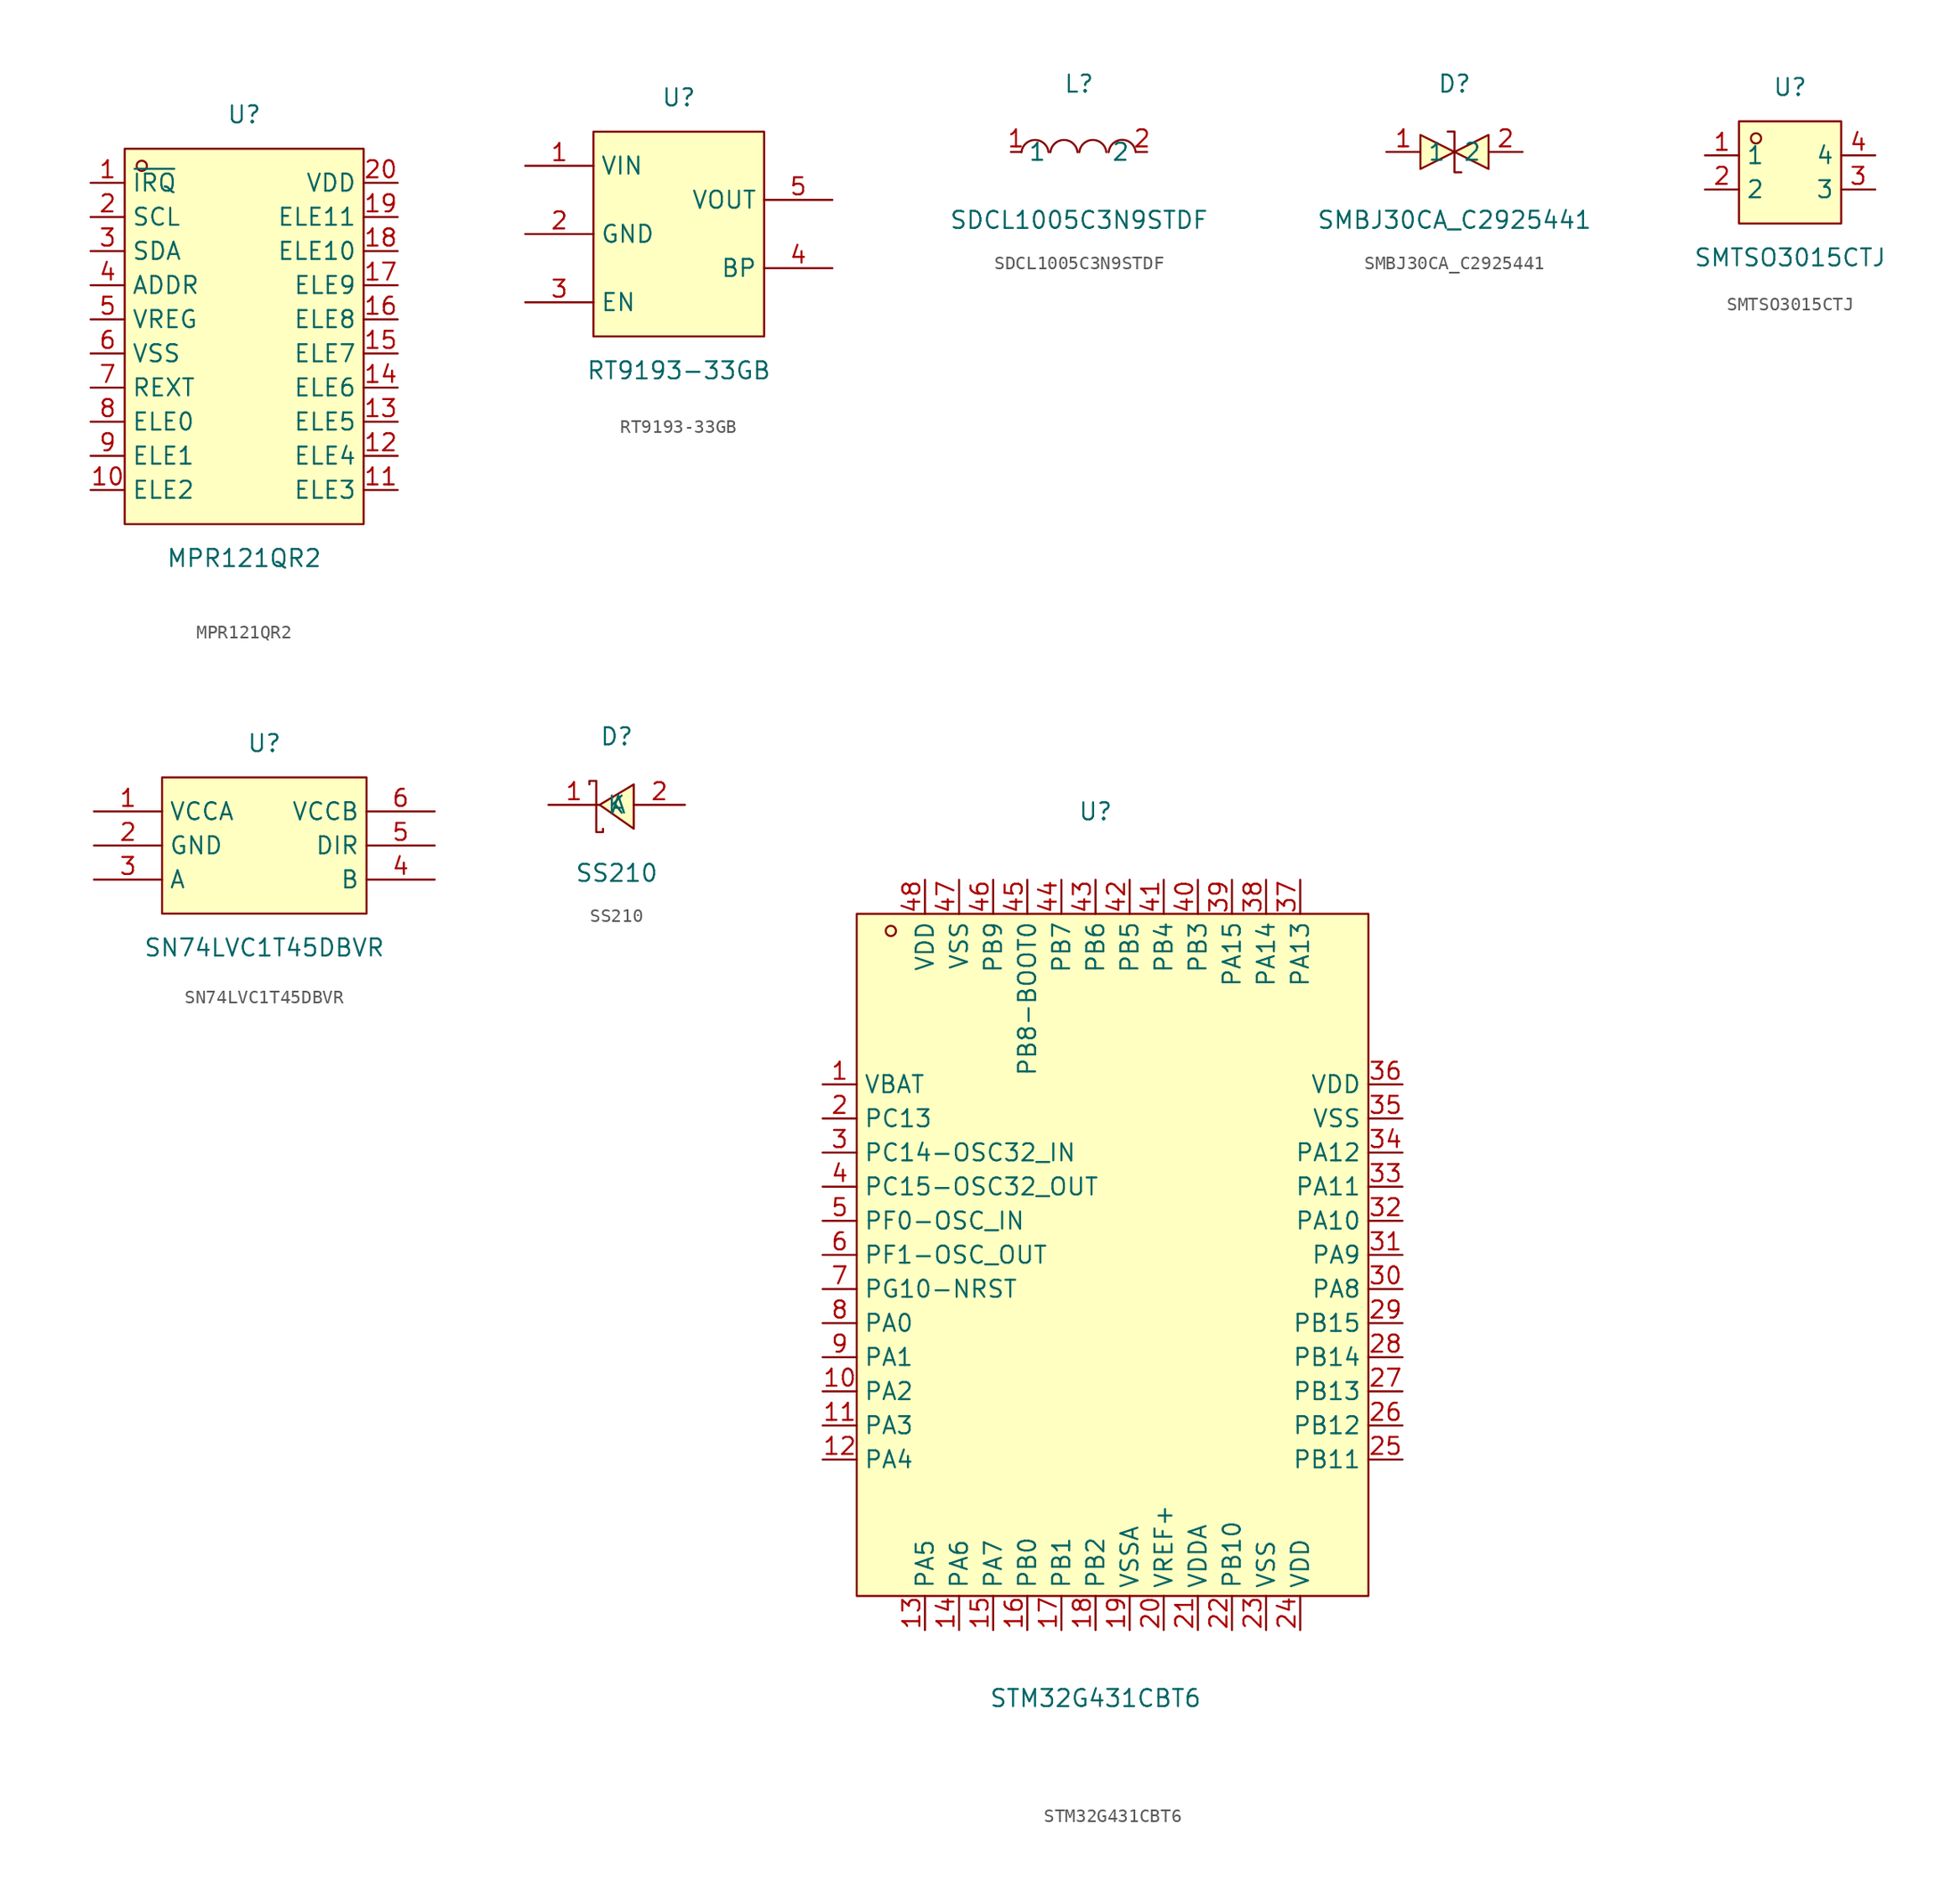
<source format=kicad_sym>
(kicad_symbol_lib
  (version 20231120)
  (generator "kicad_symbol_editor")
  (generator_version "8.0")
  (symbol "MPR121QR2"
    (property "Reference" "U"
      (at 0 16.51 0)
      (effects (font (size 1.27 1.27))))
    (property "Value" "MPR121QR2"
      (at 0 -16.51 0)
      (effects (font (size 1.27 1.27))))
    (symbol "MPR121QR2_0_1"
      (rectangle (start -8.89 13.97) (end 8.89 -13.97) (stroke (width 0) (type default)) (fill (type background)))
      (circle (center -7.62 12.7) (radius 0.38) (stroke (width 0) (type default)) (fill (type none)))
      (pin unspecified line (at -11.43 11.43 0) (length 2.54) (name "~{IRQ}" (effects (font (size 1.27 1.27)))) (number "1" (effects (font (size 1.27 1.27)))))
      (pin unspecified line (at -11.43 -11.43 0) (length 2.54) (name "ELE2" (effects (font (size 1.27 1.27)))) (number "10" (effects (font (size 1.27 1.27)))))
      (pin unspecified line (at 11.43 -11.43 180) (length 2.54) (name "ELE3" (effects (font (size 1.27 1.27)))) (number "11" (effects (font (size 1.27 1.27)))))
      (pin unspecified line (at 11.43 -8.89 180) (length 2.54) (name "ELE4" (effects (font (size 1.27 1.27)))) (number "12" (effects (font (size 1.27 1.27)))))
      (pin unspecified line (at 11.43 -6.35 180) (length 2.54) (name "ELE5" (effects (font (size 1.27 1.27)))) (number "13" (effects (font (size 1.27 1.27)))))
      (pin unspecified line (at 11.43 -3.81 180) (length 2.54) (name "ELE6" (effects (font (size 1.27 1.27)))) (number "14" (effects (font (size 1.27 1.27)))))
      (pin unspecified line (at 11.43 -1.27 180) (length 2.54) (name "ELE7" (effects (font (size 1.27 1.27)))) (number "15" (effects (font (size 1.27 1.27)))))
      (pin unspecified line (at 11.43 1.27 180) (length 2.54) (name "ELE8" (effects (font (size 1.27 1.27)))) (number "16" (effects (font (size 1.27 1.27)))))
      (pin unspecified line (at 11.43 3.81 180) (length 2.54) (name "ELE9" (effects (font (size 1.27 1.27)))) (number "17" (effects (font (size 1.27 1.27)))))
      (pin unspecified line (at 11.43 6.35 180) (length 2.54) (name "ELE10" (effects (font (size 1.27 1.27)))) (number "18" (effects (font (size 1.27 1.27)))))
      (pin unspecified line (at 11.43 8.89 180) (length 2.54) (name "ELE11" (effects (font (size 1.27 1.27)))) (number "19" (effects (font (size 1.27 1.27)))))
      (pin unspecified line (at -11.43 8.89 0) (length 2.54) (name "SCL" (effects (font (size 1.27 1.27)))) (number "2" (effects (font (size 1.27 1.27)))))
      (pin unspecified line (at 11.43 11.43 180) (length 2.54) (name "VDD" (effects (font (size 1.27 1.27)))) (number "20" (effects (font (size 1.27 1.27)))))
      (pin unspecified line (at -11.43 6.35 0) (length 2.54) (name "SDA" (effects (font (size 1.27 1.27)))) (number "3" (effects (font (size 1.27 1.27)))))
      (pin unspecified line (at -11.43 3.81 0) (length 2.54) (name "ADDR" (effects (font (size 1.27 1.27)))) (number "4" (effects (font (size 1.27 1.27)))))
      (pin unspecified line (at -11.43 1.27 0) (length 2.54) (name "VREG" (effects (font (size 1.27 1.27)))) (number "5" (effects (font (size 1.27 1.27)))))
      (pin unspecified line (at -11.43 -1.27 0) (length 2.54) (name "VSS" (effects (font (size 1.27 1.27)))) (number "6" (effects (font (size 1.27 1.27)))))
      (pin unspecified line (at -11.43 -3.81 0) (length 2.54) (name "REXT" (effects (font (size 1.27 1.27)))) (number "7" (effects (font (size 1.27 1.27)))))
      (pin unspecified line (at -11.43 -6.35 0) (length 2.54) (name "ELE0" (effects (font (size 1.27 1.27)))) (number "8" (effects (font (size 1.27 1.27)))))
      (pin unspecified line (at -11.43 -8.89 0) (length 2.54) (name "ELE1" (effects (font (size 1.27 1.27)))) (number "9" (effects (font (size 1.27 1.27)))))))
  (symbol "RT9193-33GB"
    (property "Reference" "U"
      (at 0 10.16 0)
      (effects (font (size 1.27 1.27))))
    (property "Value" "RT9193-33GB"
      (at 0 -10.16 0)
      (effects (font (size 1.27 1.27))))
    (symbol "RT9193-33GB_0_1"
      (rectangle (start -6.35 7.62) (end 6.35 -7.62) (stroke (width 0) (type default)) (fill (type background)))
      (pin unspecified line (at -11.43 5.08 0) (length 5.08) (name "VIN" (effects (font (size 1.27 1.27)))) (number "1" (effects (font (size 1.27 1.27)))))
      (pin unspecified line (at -11.43 0 0) (length 5.08) (name "GND" (effects (font (size 1.27 1.27)))) (number "2" (effects (font (size 1.27 1.27)))))
      (pin unspecified line (at -11.43 -5.08 0) (length 5.08) (name "EN" (effects (font (size 1.27 1.27)))) (number "3" (effects (font (size 1.27 1.27)))))
      (pin unspecified line (at 11.43 -2.54 180) (length 5.08) (name "BP" (effects (font (size 1.27 1.27)))) (number "4" (effects (font (size 1.27 1.27)))))
      (pin unspecified line (at 11.43 2.54 180) (length 5.08) (name "VOUT" (effects (font (size 1.27 1.27)))) (number "5" (effects (font (size 1.27 1.27)))))))
  (symbol "SDCL1005C3N9STDF"
    (property "Reference" "L"
      (at 0 5.08 0)
      (effects (font (size 1.27 1.27))))
    (property "Value" "SDCL1005C3N9STDF"
      (at 0 -5.08 0)
      (effects (font (size 1.27 1.27))))
    (symbol "SDCL1005C3N9STDF_0_1"
      (arc (start -2.27 -0.02) (mid -3.28 0.897) (end -4.29 -0.02) (stroke (width 0) (type default)) (fill (type none)))
      (arc (start -0.11 -0.02) (mid -1.12 0.897) (end -2.13 -0.02) (stroke (width 0) (type default)) (fill (type none)))
      (arc (start 2.04 -0.02) (mid 1.03 0.897) (end 0.02 -0.02) (stroke (width 0) (type default)) (fill (type none)))
      (arc (start 4.23 -0.02) (mid 3.22 0.9048) (end 2.21 -0.02) (stroke (width 0) (type default)) (fill (type none)))
      (pin unspecified line (at -5.08 0 0) (length 0.762) (name "1" (effects (font (size 1.27 1.27)))) (number "1" (effects (font (size 1.27 1.27)))))
      (pin unspecified line (at 5.08 0 180) (length 0.762) (name "2" (effects (font (size 1.27 1.27)))) (number "2" (effects (font (size 1.27 1.27)))))))
  (symbol "SMBJ30CA_C2925441"
    (property "Reference" "D"
      (at 0 5.08 0)
      (effects (font (size 1.27 1.27))))
    (property "Value" "SMBJ30CA_C2925441"
      (at 0 -5.08 0)
      (effects (font (size 1.27 1.27))))
    (symbol "SMBJ30CA_C2925441_0_1"
      (polyline (pts (xy -2.54 1.27) (xy 0 0) (xy -2.54 -1.27) (xy -2.54 1.27)) (stroke (width 0) (type default)) (fill (type background)))
      (polyline (pts (xy 2.54 1.27) (xy 0 0) (xy 2.54 -1.27) (xy 2.54 1.27)) (stroke (width 0) (type default)) (fill (type background)))
      (polyline (pts (xy -0.51 1.52) (xy -0.51 1.52) (xy 0 1.52) (xy 0 -1.52) (xy 0.51 -1.52) (xy 0.51 -1.52)) (stroke (width 0) (type default)) (fill (type none)))
      (pin unspecified line (at -5.08 0 0) (length 2.54) (name "1" (effects (font (size 1.27 1.27)))) (number "1" (effects (font (size 1.27 1.27)))))
      (pin unspecified line (at 5.08 0 180) (length 2.54) (name "2" (effects (font (size 1.27 1.27)))) (number "2" (effects (font (size 1.27 1.27)))))))
  (symbol "SMTSO3015CTJ"
    (property "Reference" "U"
      (at 0 6.35 0)
      (effects (font (size 1.27 1.27))))
    (property "Value" "SMTSO3015CTJ"
      (at 0 -6.35 0)
      (effects (font (size 1.27 1.27))))
    (symbol "SMTSO3015CTJ_0_1"
      (rectangle (start -3.81 3.81) (end 3.81 -3.81) (stroke (width 0) (type default)) (fill (type background)))
      (circle (center -2.54 2.54) (radius 0.38) (stroke (width 0) (type default)) (fill (type none)))
      (pin unspecified line (at -6.35 1.27 0) (length 2.54) (name "1" (effects (font (size 1.27 1.27)))) (number "1" (effects (font (size 1.27 1.27)))))
      (pin unspecified line (at -6.35 -1.27 0) (length 2.54) (name "2" (effects (font (size 1.27 1.27)))) (number "2" (effects (font (size 1.27 1.27)))))
      (pin unspecified line (at 6.35 -1.27 180) (length 2.54) (name "3" (effects (font (size 1.27 1.27)))) (number "3" (effects (font (size 1.27 1.27)))))
      (pin unspecified line (at 6.35 1.27 180) (length 2.54) (name "4" (effects (font (size 1.27 1.27)))) (number "4" (effects (font (size 1.27 1.27)))))))
  (symbol "SN74LVC1T45DBVR"
    (property "Reference" "U"
      (at 0 7.62 0)
      (effects (font (size 1.27 1.27))))
    (property "Value" "SN74LVC1T45DBVR"
      (at 0 -7.62 0)
      (effects (font (size 1.27 1.27))))
    (symbol "SN74LVC1T45DBVR_0_1"
      (rectangle (start -7.62 5.08) (end 7.62 -5.08) (stroke (width 0) (type default)) (fill (type background)))
      (pin unspecified line (at -12.7 2.54 0) (length 5.08) (name "VCCA" (effects (font (size 1.27 1.27)))) (number "1" (effects (font (size 1.27 1.27)))))
      (pin unspecified line (at -12.7 0 0) (length 5.08) (name "GND" (effects (font (size 1.27 1.27)))) (number "2" (effects (font (size 1.27 1.27)))))
      (pin unspecified line (at -12.7 -2.54 0) (length 5.08) (name "A" (effects (font (size 1.27 1.27)))) (number "3" (effects (font (size 1.27 1.27)))))
      (pin unspecified line (at 12.7 -2.54 180) (length 5.08) (name "B" (effects (font (size 1.27 1.27)))) (number "4" (effects (font (size 1.27 1.27)))))
      (pin unspecified line (at 12.7 0 180) (length 5.08) (name "DIR" (effects (font (size 1.27 1.27)))) (number "5" (effects (font (size 1.27 1.27)))))
      (pin unspecified line (at 12.7 2.54 180) (length 5.08) (name "VCCB" (effects (font (size 1.27 1.27)))) (number "6" (effects (font (size 1.27 1.27)))))))
  (symbol "SS210"
    (property "Reference" "D"
      (at 0 5.08 0)
      (effects (font (size 1.27 1.27))))
    (property "Value" "SS210"
      (at 0 -5.08 0)
      (effects (font (size 1.27 1.27))))
    (symbol "SS210_0_1"
      (polyline (pts (xy 1.27 1.52) (xy -1.27 0) (xy 1.27 -1.78) (xy 1.27 1.52)) (stroke (width 0) (type default)) (fill (type background)))
      (polyline (pts (xy -2.03 1.52) (xy -2.03 1.78) (xy -1.52 1.78) (xy -1.52 -2.03) (xy -1.02 -2.03) (xy -1.02 -1.78)) (stroke (width 0) (type default)) (fill (type none)))
      (pin unspecified line (at -5.08 0 0) (length 3.81) (name "K" (effects (font (size 1.27 1.27)))) (number "1" (effects (font (size 1.27 1.27)))))
      (pin unspecified line (at 5.08 0 180) (length 3.81) (name "A" (effects (font (size 1.27 1.27)))) (number "2" (effects (font (size 1.27 1.27)))))))
  (symbol "STM32G431CBT6"
    (property "Reference" "U"
      (at 0 33.02 0)
      (effects (font (size 1.27 1.27))))
    (property "Value" "STM32G431CBT6"
      (at 0 -33.02 0)
      (effects (font (size 1.27 1.27))))
    (symbol "STM32G431CBT6_0_1"
      (rectangle (start -17.78 25.4) (end 20.32 -25.4) (stroke (width 0) (type default)) (fill (type background)))
      (circle (center -15.24 24.13) (radius 0.38) (stroke (width 0) (type default)) (fill (type none)))
      (pin unspecified line (at -20.32 12.7 0) (length 2.54) (name "VBAT" (effects (font (size 1.27 1.27)))) (number "1" (effects (font (size 1.27 1.27)))))
      (pin unspecified line (at -20.32 -10.16 0) (length 2.54) (name "PA2" (effects (font (size 1.27 1.27)))) (number "10" (effects (font (size 1.27 1.27)))))
      (pin unspecified line (at -20.32 -12.7 0) (length 2.54) (name "PA3" (effects (font (size 1.27 1.27)))) (number "11" (effects (font (size 1.27 1.27)))))
      (pin unspecified line (at -20.32 -15.24 0) (length 2.54) (name "PA4" (effects (font (size 1.27 1.27)))) (number "12" (effects (font (size 1.27 1.27)))))
      (pin unspecified line (at -12.7 -27.94 90) (length 2.54) (name "PA5" (effects (font (size 1.27 1.27)))) (number "13" (effects (font (size 1.27 1.27)))))
      (pin unspecified line (at -10.16 -27.94 90) (length 2.54) (name "PA6" (effects (font (size 1.27 1.27)))) (number "14" (effects (font (size 1.27 1.27)))))
      (pin unspecified line (at -7.62 -27.94 90) (length 2.54) (name "PA7" (effects (font (size 1.27 1.27)))) (number "15" (effects (font (size 1.27 1.27)))))
      (pin unspecified line (at -5.08 -27.94 90) (length 2.54) (name "PB0" (effects (font (size 1.27 1.27)))) (number "16" (effects (font (size 1.27 1.27)))))
      (pin unspecified line (at -2.54 -27.94 90) (length 2.54) (name "PB1" (effects (font (size 1.27 1.27)))) (number "17" (effects (font (size 1.27 1.27)))))
      (pin unspecified line (at 0 -27.94 90) (length 2.54) (name "PB2" (effects (font (size 1.27 1.27)))) (number "18" (effects (font (size 1.27 1.27)))))
      (pin unspecified line (at 2.54 -27.94 90) (length 2.54) (name "VSSA" (effects (font (size 1.27 1.27)))) (number "19" (effects (font (size 1.27 1.27)))))
      (pin unspecified line (at -20.32 10.16 0) (length 2.54) (name "PC13" (effects (font (size 1.27 1.27)))) (number "2" (effects (font (size 1.27 1.27)))))
      (pin unspecified line (at 5.08 -27.94 90) (length 2.54) (name "VREF+" (effects (font (size 1.27 1.27)))) (number "20" (effects (font (size 1.27 1.27)))))
      (pin unspecified line (at 7.62 -27.94 90) (length 2.54) (name "VDDA" (effects (font (size 1.27 1.27)))) (number "21" (effects (font (size 1.27 1.27)))))
      (pin unspecified line (at 10.16 -27.94 90) (length 2.54) (name "PB10" (effects (font (size 1.27 1.27)))) (number "22" (effects (font (size 1.27 1.27)))))
      (pin unspecified line (at 12.7 -27.94 90) (length 2.54) (name "VSS" (effects (font (size 1.27 1.27)))) (number "23" (effects (font (size 1.27 1.27)))))
      (pin unspecified line (at 15.24 -27.94 90) (length 2.54) (name "VDD" (effects (font (size 1.27 1.27)))) (number "24" (effects (font (size 1.27 1.27)))))
      (pin unspecified line (at 22.86 -15.24 180) (length 2.54) (name "PB11" (effects (font (size 1.27 1.27)))) (number "25" (effects (font (size 1.27 1.27)))))
      (pin unspecified line (at 22.86 -12.7 180) (length 2.54) (name "PB12" (effects (font (size 1.27 1.27)))) (number "26" (effects (font (size 1.27 1.27)))))
      (pin unspecified line (at 22.86 -10.16 180) (length 2.54) (name "PB13" (effects (font (size 1.27 1.27)))) (number "27" (effects (font (size 1.27 1.27)))))
      (pin unspecified line (at 22.86 -7.62 180) (length 2.54) (name "PB14" (effects (font (size 1.27 1.27)))) (number "28" (effects (font (size 1.27 1.27)))))
      (pin unspecified line (at 22.86 -5.08 180) (length 2.54) (name "PB15" (effects (font (size 1.27 1.27)))) (number "29" (effects (font (size 1.27 1.27)))))
      (pin unspecified line (at -20.32 7.62 0) (length 2.54) (name "PC14-OSC32_IN" (effects (font (size 1.27 1.27)))) (number "3" (effects (font (size 1.27 1.27)))))
      (pin unspecified line (at 22.86 -2.54 180) (length 2.54) (name "PA8" (effects (font (size 1.27 1.27)))) (number "30" (effects (font (size 1.27 1.27)))))
      (pin unspecified line (at 22.86 0 180) (length 2.54) (name "PA9" (effects (font (size 1.27 1.27)))) (number "31" (effects (font (size 1.27 1.27)))))
      (pin unspecified line (at 22.86 2.54 180) (length 2.54) (name "PA10" (effects (font (size 1.27 1.27)))) (number "32" (effects (font (size 1.27 1.27)))))
      (pin unspecified line (at 22.86 5.08 180) (length 2.54) (name "PA11" (effects (font (size 1.27 1.27)))) (number "33" (effects (font (size 1.27 1.27)))))
      (pin unspecified line (at 22.86 7.62 180) (length 2.54) (name "PA12" (effects (font (size 1.27 1.27)))) (number "34" (effects (font (size 1.27 1.27)))))
      (pin unspecified line (at 22.86 10.16 180) (length 2.54) (name "VSS" (effects (font (size 1.27 1.27)))) (number "35" (effects (font (size 1.27 1.27)))))
      (pin unspecified line (at 22.86 12.7 180) (length 2.54) (name "VDD" (effects (font (size 1.27 1.27)))) (number "36" (effects (font (size 1.27 1.27)))))
      (pin unspecified line (at 15.24 27.94 270) (length 2.54) (name "PA13" (effects (font (size 1.27 1.27)))) (number "37" (effects (font (size 1.27 1.27)))))
      (pin unspecified line (at 12.7 27.94 270) (length 2.54) (name "PA14" (effects (font (size 1.27 1.27)))) (number "38" (effects (font (size 1.27 1.27)))))
      (pin unspecified line (at 10.16 27.94 270) (length 2.54) (name "PA15" (effects (font (size 1.27 1.27)))) (number "39" (effects (font (size 1.27 1.27)))))
      (pin unspecified line (at -20.32 5.08 0) (length 2.54) (name "PC15-OSC32_OUT" (effects (font (size 1.27 1.27)))) (number "4" (effects (font (size 1.27 1.27)))))
      (pin unspecified line (at 7.62 27.94 270) (length 2.54) (name "PB3" (effects (font (size 1.27 1.27)))) (number "40" (effects (font (size 1.27 1.27)))))
      (pin unspecified line (at 5.08 27.94 270) (length 2.54) (name "PB4" (effects (font (size 1.27 1.27)))) (number "41" (effects (font (size 1.27 1.27)))))
      (pin unspecified line (at 2.54 27.94 270) (length 2.54) (name "PB5" (effects (font (size 1.27 1.27)))) (number "42" (effects (font (size 1.27 1.27)))))
      (pin unspecified line (at 0 27.94 270) (length 2.54) (name "PB6" (effects (font (size 1.27 1.27)))) (number "43" (effects (font (size 1.27 1.27)))))
      (pin unspecified line (at -2.54 27.94 270) (length 2.54) (name "PB7" (effects (font (size 1.27 1.27)))) (number "44" (effects (font (size 1.27 1.27)))))
      (pin unspecified line (at -5.08 27.94 270) (length 2.54) (name "PB8-BOOT0" (effects (font (size 1.27 1.27)))) (number "45" (effects (font (size 1.27 1.27)))))
      (pin unspecified line (at -7.62 27.94 270) (length 2.54) (name "PB9" (effects (font (size 1.27 1.27)))) (number "46" (effects (font (size 1.27 1.27)))))
      (pin unspecified line (at -10.16 27.94 270) (length 2.54) (name "VSS" (effects (font (size 1.27 1.27)))) (number "47" (effects (font (size 1.27 1.27)))))
      (pin unspecified line (at -12.7 27.94 270) (length 2.54) (name "VDD" (effects (font (size 1.27 1.27)))) (number "48" (effects (font (size 1.27 1.27)))))
      (pin unspecified line (at -20.32 2.54 0) (length 2.54) (name "PF0-OSC_IN" (effects (font (size 1.27 1.27)))) (number "5" (effects (font (size 1.27 1.27)))))
      (pin unspecified line (at -20.32 0 0) (length 2.54) (name "PF1-OSC_OUT" (effects (font (size 1.27 1.27)))) (number "6" (effects (font (size 1.27 1.27)))))
      (pin unspecified line (at -20.32 -2.54 0) (length 2.54) (name "PG10-NRST" (effects (font (size 1.27 1.27)))) (number "7" (effects (font (size 1.27 1.27)))))
      (pin unspecified line (at -20.32 -5.08 0) (length 2.54) (name "PA0" (effects (font (size 1.27 1.27)))) (number "8" (effects (font (size 1.27 1.27)))))
      (pin unspecified line (at -20.32 -7.62 0) (length 2.54) (name "PA1" (effects (font (size 1.27 1.27)))) (number "9" (effects (font (size 1.27 1.27))))))))
</source>
